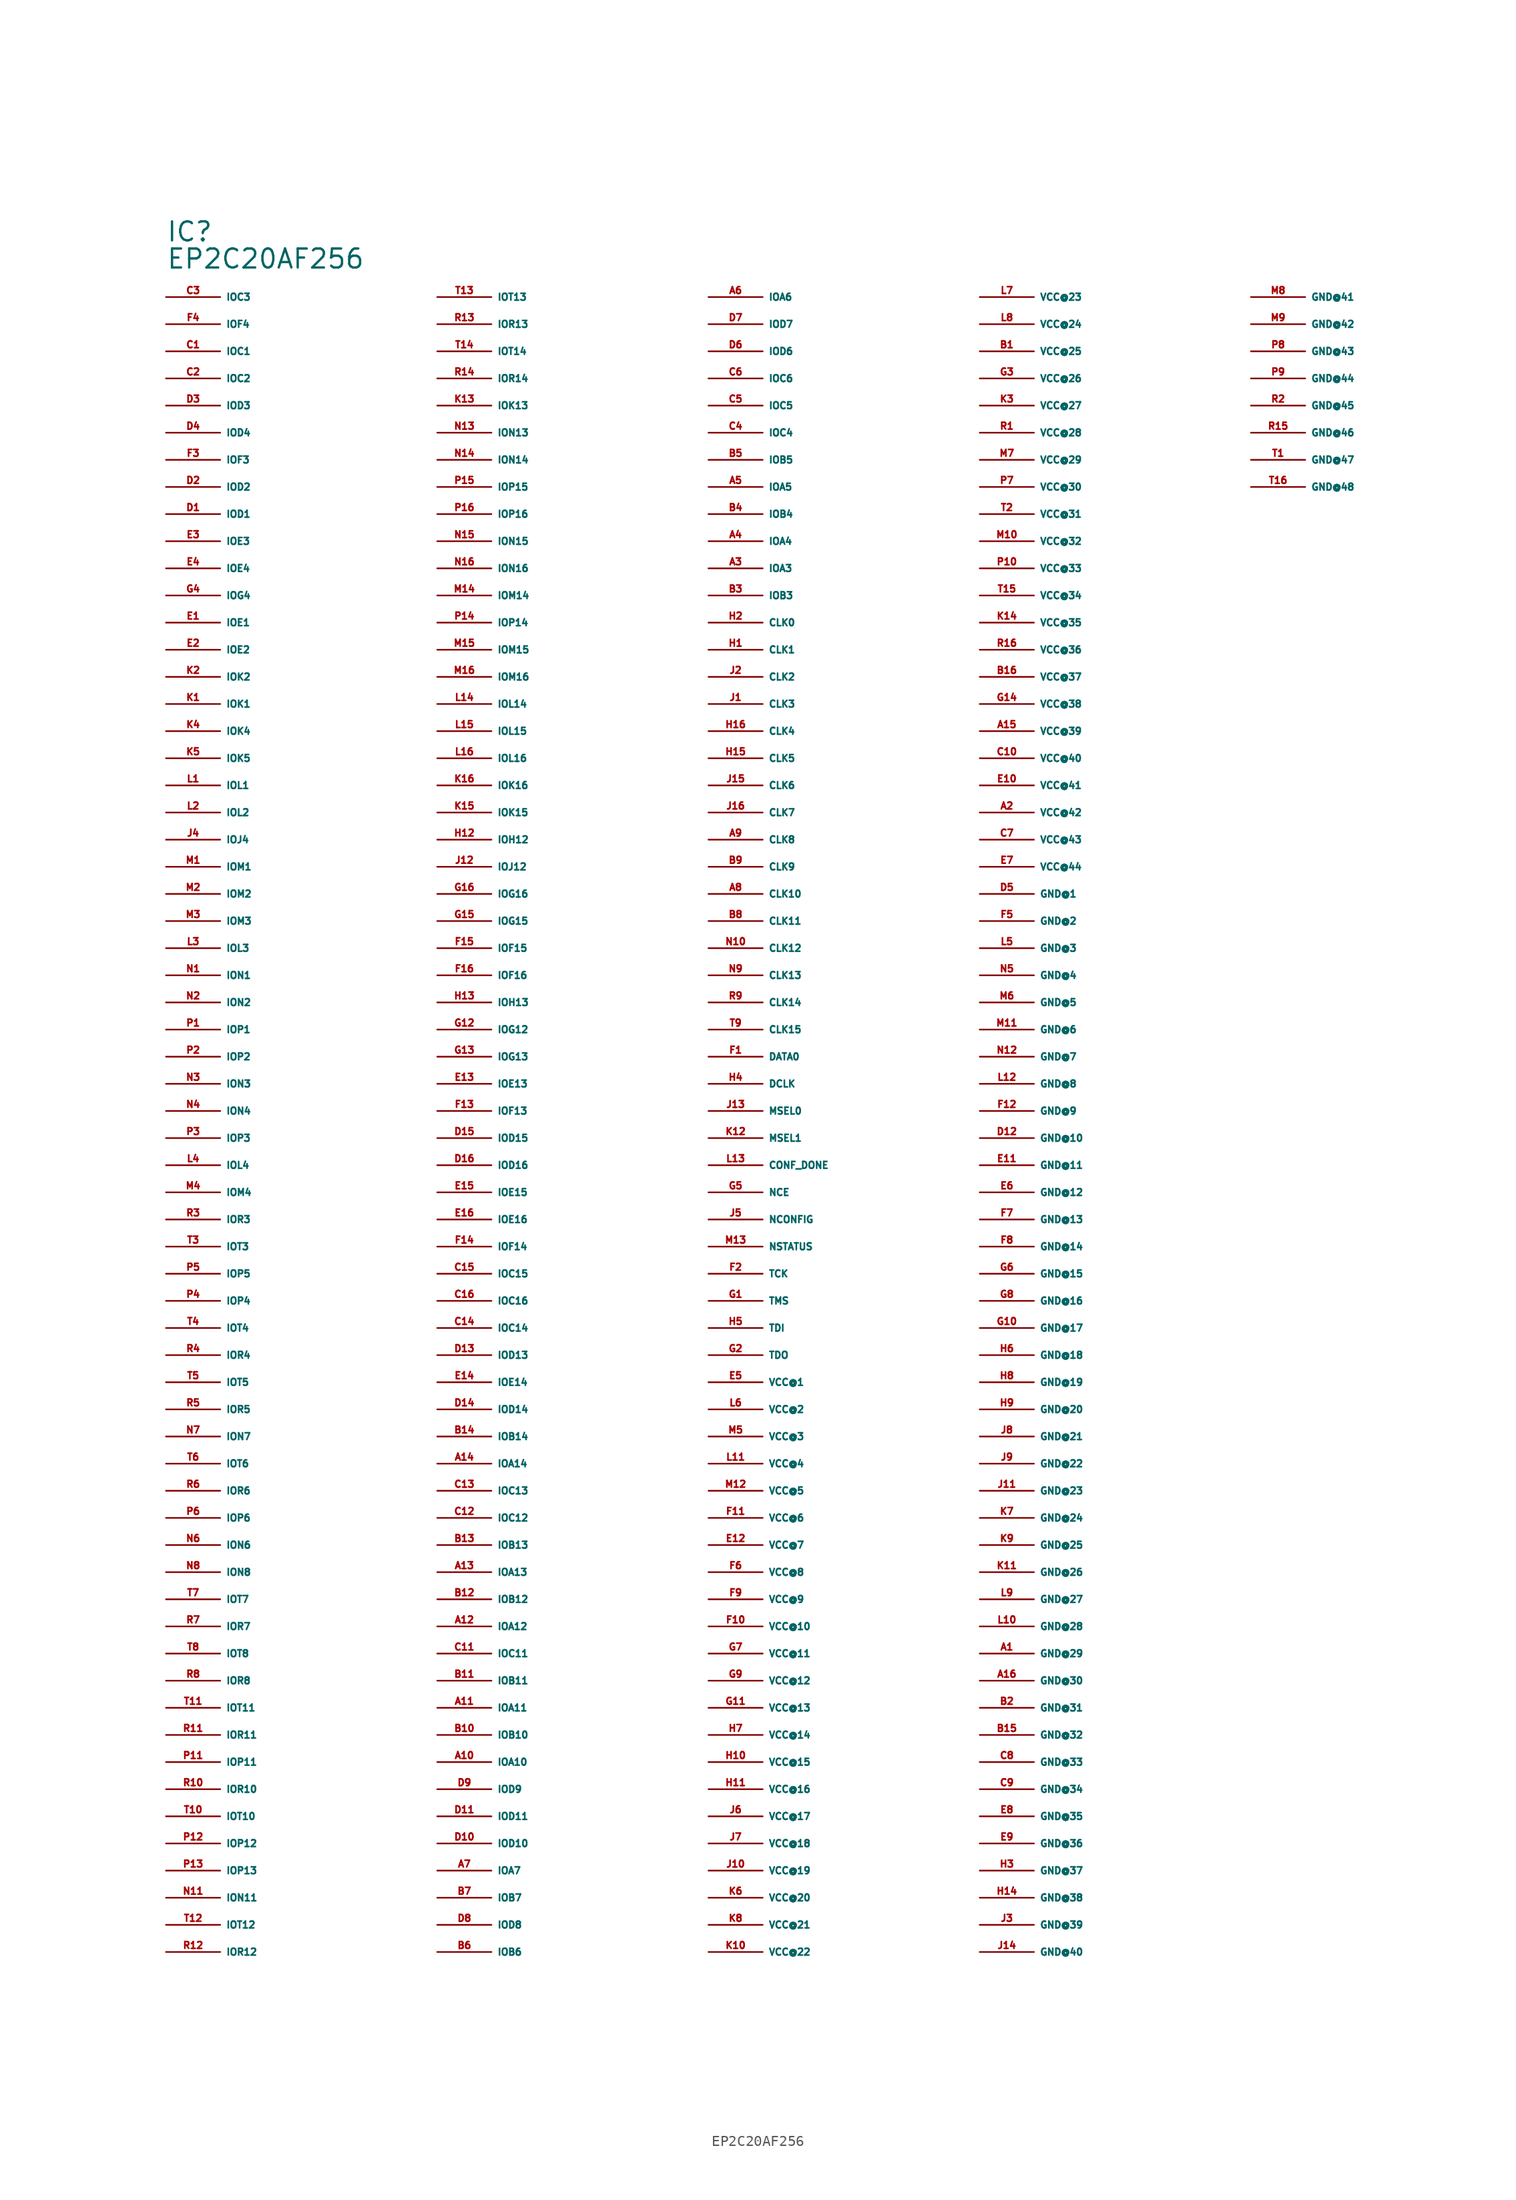
<source format=kicad_sym>
(kicad_symbol_lib
  (version 20220914)
  (generator Eagle2Kicad)
  (symbol "EP2C20AF256"
    (property "Reference" "IC"
      (at -55.88 86.36 0)
      (effects (font (size 1.778 1.778) (thickness 0.22)) (justify left bottom)))
    (property "Value" "EP2C20AF256"
      (at -55.88 83.82 0)
      (effects (font (size 1.778 1.778) (thickness 0.22)) (justify left bottom)))
    (pin output line
      (at -55.88 81.28 0)
      (length 5.08)
      (name "IOC3" (effects (font (size 0.635 0.635) (thickness 0.08)) (justify left bottom)))
      (number "C3" (effects (font (size 0.635 0.635) (thickness 0.08)) (justify left bottom))))
    (pin output line
      (at -55.88 78.74 0)
      (length 5.08)
      (name "IOF4" (effects (font (size 0.635 0.635) (thickness 0.08)) (justify left bottom)))
      (number "F4" (effects (font (size 0.635 0.635) (thickness 0.08)) (justify left bottom))))
    (pin bidirectional line
      (at -55.88 76.2 0)
      (length 5.08)
      (name "IOC1" (effects (font (size 0.635 0.635) (thickness 0.08)) (justify left bottom)))
      (number "C1" (effects (font (size 0.635 0.635) (thickness 0.08)) (justify left bottom))))
    (pin bidirectional line
      (at -55.88 73.66 0)
      (length 5.08)
      (name "IOC2" (effects (font (size 0.635 0.635) (thickness 0.08)) (justify left bottom)))
      (number "C2" (effects (font (size 0.635 0.635) (thickness 0.08)) (justify left bottom))))
    (pin bidirectional line
      (at -55.88 71.12 0)
      (length 5.08)
      (name "IOD3" (effects (font (size 0.635 0.635) (thickness 0.08)) (justify left bottom)))
      (number "D3" (effects (font (size 0.635 0.635) (thickness 0.08)) (justify left bottom))))
    (pin bidirectional line
      (at -55.88 68.58 0)
      (length 5.08)
      (name "IOD4" (effects (font (size 0.635 0.635) (thickness 0.08)) (justify left bottom)))
      (number "D4" (effects (font (size 0.635 0.635) (thickness 0.08)) (justify left bottom))))
    (pin bidirectional line
      (at -55.88 66.04 0)
      (length 5.08)
      (name "IOF3" (effects (font (size 0.635 0.635) (thickness 0.08)) (justify left bottom)))
      (number "F3" (effects (font (size 0.635 0.635) (thickness 0.08)) (justify left bottom))))
    (pin bidirectional line
      (at -55.88 63.5 0)
      (length 5.08)
      (name "IOD2" (effects (font (size 0.635 0.635) (thickness 0.08)) (justify left bottom)))
      (number "D2" (effects (font (size 0.635 0.635) (thickness 0.08)) (justify left bottom))))
    (pin bidirectional line
      (at -55.88 60.96 0)
      (length 5.08)
      (name "IOD1" (effects (font (size 0.635 0.635) (thickness 0.08)) (justify left bottom)))
      (number "D1" (effects (font (size 0.635 0.635) (thickness 0.08)) (justify left bottom))))
    (pin bidirectional line
      (at -55.88 58.42 0)
      (length 5.08)
      (name "IOE3" (effects (font (size 0.635 0.635) (thickness 0.08)) (justify left bottom)))
      (number "E3" (effects (font (size 0.635 0.635) (thickness 0.08)) (justify left bottom))))
    (pin bidirectional line
      (at -55.88 55.88 0)
      (length 5.08)
      (name "IOE4" (effects (font (size 0.635 0.635) (thickness 0.08)) (justify left bottom)))
      (number "E4" (effects (font (size 0.635 0.635) (thickness 0.08)) (justify left bottom))))
    (pin bidirectional line
      (at -55.88 53.34 0)
      (length 5.08)
      (name "IOG4" (effects (font (size 0.635 0.635) (thickness 0.08)) (justify left bottom)))
      (number "G4" (effects (font (size 0.635 0.635) (thickness 0.08)) (justify left bottom))))
    (pin bidirectional line
      (at -55.88 50.8 0)
      (length 5.08)
      (name "IOE1" (effects (font (size 0.635 0.635) (thickness 0.08)) (justify left bottom)))
      (number "E1" (effects (font (size 0.635 0.635) (thickness 0.08)) (justify left bottom))))
    (pin bidirectional line
      (at -55.88 48.26 0)
      (length 5.08)
      (name "IOE2" (effects (font (size 0.635 0.635) (thickness 0.08)) (justify left bottom)))
      (number "E2" (effects (font (size 0.635 0.635) (thickness 0.08)) (justify left bottom))))
    (pin bidirectional line
      (at -55.88 45.72 0)
      (length 5.08)
      (name "IOK2" (effects (font (size 0.635 0.635) (thickness 0.08)) (justify left bottom)))
      (number "K2" (effects (font (size 0.635 0.635) (thickness 0.08)) (justify left bottom))))
    (pin bidirectional line
      (at -55.88 43.18 0)
      (length 5.08)
      (name "IOK1" (effects (font (size 0.635 0.635) (thickness 0.08)) (justify left bottom)))
      (number "K1" (effects (font (size 0.635 0.635) (thickness 0.08)) (justify left bottom))))
    (pin bidirectional line
      (at -55.88 40.64 0)
      (length 5.08)
      (name "IOK4" (effects (font (size 0.635 0.635) (thickness 0.08)) (justify left bottom)))
      (number "K4" (effects (font (size 0.635 0.635) (thickness 0.08)) (justify left bottom))))
    (pin bidirectional line
      (at -55.88 38.1 0)
      (length 5.08)
      (name "IOK5" (effects (font (size 0.635 0.635) (thickness 0.08)) (justify left bottom)))
      (number "K5" (effects (font (size 0.635 0.635) (thickness 0.08)) (justify left bottom))))
    (pin bidirectional line
      (at -55.88 35.56 0)
      (length 5.08)
      (name "IOL1" (effects (font (size 0.635 0.635) (thickness 0.08)) (justify left bottom)))
      (number "L1" (effects (font (size 0.635 0.635) (thickness 0.08)) (justify left bottom))))
    (pin bidirectional line
      (at -55.88 33.02 0)
      (length 5.08)
      (name "IOL2" (effects (font (size 0.635 0.635) (thickness 0.08)) (justify left bottom)))
      (number "L2" (effects (font (size 0.635 0.635) (thickness 0.08)) (justify left bottom))))
    (pin bidirectional line
      (at -55.88 30.48 0)
      (length 5.08)
      (name "IOJ4" (effects (font (size 0.635 0.635) (thickness 0.08)) (justify left bottom)))
      (number "J4" (effects (font (size 0.635 0.635) (thickness 0.08)) (justify left bottom))))
    (pin bidirectional line
      (at -55.88 27.94 0)
      (length 5.08)
      (name "IOM1" (effects (font (size 0.635 0.635) (thickness 0.08)) (justify left bottom)))
      (number "M1" (effects (font (size 0.635 0.635) (thickness 0.08)) (justify left bottom))))
    (pin bidirectional line
      (at -55.88 25.4 0)
      (length 5.08)
      (name "IOM2" (effects (font (size 0.635 0.635) (thickness 0.08)) (justify left bottom)))
      (number "M2" (effects (font (size 0.635 0.635) (thickness 0.08)) (justify left bottom))))
    (pin bidirectional line
      (at -55.88 22.86 0)
      (length 5.08)
      (name "IOM3" (effects (font (size 0.635 0.635) (thickness 0.08)) (justify left bottom)))
      (number "M3" (effects (font (size 0.635 0.635) (thickness 0.08)) (justify left bottom))))
    (pin bidirectional line
      (at -55.88 20.32 0)
      (length 5.08)
      (name "IOL3" (effects (font (size 0.635 0.635) (thickness 0.08)) (justify left bottom)))
      (number "L3" (effects (font (size 0.635 0.635) (thickness 0.08)) (justify left bottom))))
    (pin bidirectional line
      (at -55.88 17.78 0)
      (length 5.08)
      (name "ION1" (effects (font (size 0.635 0.635) (thickness 0.08)) (justify left bottom)))
      (number "N1" (effects (font (size 0.635 0.635) (thickness 0.08)) (justify left bottom))))
    (pin bidirectional line
      (at -55.88 15.24 0)
      (length 5.08)
      (name "ION2" (effects (font (size 0.635 0.635) (thickness 0.08)) (justify left bottom)))
      (number "N2" (effects (font (size 0.635 0.635) (thickness 0.08)) (justify left bottom))))
    (pin bidirectional line
      (at -55.88 12.7 0)
      (length 5.08)
      (name "IOP1" (effects (font (size 0.635 0.635) (thickness 0.08)) (justify left bottom)))
      (number "P1" (effects (font (size 0.635 0.635) (thickness 0.08)) (justify left bottom))))
    (pin bidirectional line
      (at -55.88 10.16 0)
      (length 5.08)
      (name "IOP2" (effects (font (size 0.635 0.635) (thickness 0.08)) (justify left bottom)))
      (number "P2" (effects (font (size 0.635 0.635) (thickness 0.08)) (justify left bottom))))
    (pin bidirectional line
      (at -55.88 7.62 0)
      (length 5.08)
      (name "ION3" (effects (font (size 0.635 0.635) (thickness 0.08)) (justify left bottom)))
      (number "N3" (effects (font (size 0.635 0.635) (thickness 0.08)) (justify left bottom))))
    (pin bidirectional line
      (at -55.88 5.08 0)
      (length 5.08)
      (name "ION4" (effects (font (size 0.635 0.635) (thickness 0.08)) (justify left bottom)))
      (number "N4" (effects (font (size 0.635 0.635) (thickness 0.08)) (justify left bottom))))
    (pin bidirectional line
      (at -55.88 2.54 0)
      (length 5.08)
      (name "IOP3" (effects (font (size 0.635 0.635) (thickness 0.08)) (justify left bottom)))
      (number "P3" (effects (font (size 0.635 0.635) (thickness 0.08)) (justify left bottom))))
    (pin bidirectional line
      (at -55.88 0 0)
      (length 5.08)
      (name "IOL4" (effects (font (size 0.635 0.635) (thickness 0.08)) (justify left bottom)))
      (number "L4" (effects (font (size 0.635 0.635) (thickness 0.08)) (justify left bottom))))
    (pin bidirectional line
      (at -55.88 -2.54 0)
      (length 5.08)
      (name "IOM4" (effects (font (size 0.635 0.635) (thickness 0.08)) (justify left bottom)))
      (number "M4" (effects (font (size 0.635 0.635) (thickness 0.08)) (justify left bottom))))
    (pin bidirectional line
      (at -55.88 -5.08 0)
      (length 5.08)
      (name "IOR3" (effects (font (size 0.635 0.635) (thickness 0.08)) (justify left bottom)))
      (number "R3" (effects (font (size 0.635 0.635) (thickness 0.08)) (justify left bottom))))
    (pin bidirectional line
      (at -55.88 -7.62 0)
      (length 5.08)
      (name "IOT3" (effects (font (size 0.635 0.635) (thickness 0.08)) (justify left bottom)))
      (number "T3" (effects (font (size 0.635 0.635) (thickness 0.08)) (justify left bottom))))
    (pin bidirectional line
      (at -55.88 -10.16 0)
      (length 5.08)
      (name "IOP5" (effects (font (size 0.635 0.635) (thickness 0.08)) (justify left bottom)))
      (number "P5" (effects (font (size 0.635 0.635) (thickness 0.08)) (justify left bottom))))
    (pin bidirectional line
      (at -55.88 -12.7 0)
      (length 5.08)
      (name "IOP4" (effects (font (size 0.635 0.635) (thickness 0.08)) (justify left bottom)))
      (number "P4" (effects (font (size 0.635 0.635) (thickness 0.08)) (justify left bottom))))
    (pin bidirectional line
      (at -55.88 -15.24 0)
      (length 5.08)
      (name "IOT4" (effects (font (size 0.635 0.635) (thickness 0.08)) (justify left bottom)))
      (number "T4" (effects (font (size 0.635 0.635) (thickness 0.08)) (justify left bottom))))
    (pin bidirectional line
      (at -55.88 -17.78 0)
      (length 5.08)
      (name "IOR4" (effects (font (size 0.635 0.635) (thickness 0.08)) (justify left bottom)))
      (number "R4" (effects (font (size 0.635 0.635) (thickness 0.08)) (justify left bottom))))
    (pin bidirectional line
      (at -55.88 -20.32 0)
      (length 5.08)
      (name "IOT5" (effects (font (size 0.635 0.635) (thickness 0.08)) (justify left bottom)))
      (number "T5" (effects (font (size 0.635 0.635) (thickness 0.08)) (justify left bottom))))
    (pin bidirectional line
      (at -55.88 -22.86 0)
      (length 5.08)
      (name "IOR5" (effects (font (size 0.635 0.635) (thickness 0.08)) (justify left bottom)))
      (number "R5" (effects (font (size 0.635 0.635) (thickness 0.08)) (justify left bottom))))
    (pin bidirectional line
      (at -55.88 -25.4 0)
      (length 5.08)
      (name "ION7" (effects (font (size 0.635 0.635) (thickness 0.08)) (justify left bottom)))
      (number "N7" (effects (font (size 0.635 0.635) (thickness 0.08)) (justify left bottom))))
    (pin bidirectional line
      (at -55.88 -27.94 0)
      (length 5.08)
      (name "IOT6" (effects (font (size 0.635 0.635) (thickness 0.08)) (justify left bottom)))
      (number "T6" (effects (font (size 0.635 0.635) (thickness 0.08)) (justify left bottom))))
    (pin bidirectional line
      (at -55.88 -30.48 0)
      (length 5.08)
      (name "IOR6" (effects (font (size 0.635 0.635) (thickness 0.08)) (justify left bottom)))
      (number "R6" (effects (font (size 0.635 0.635) (thickness 0.08)) (justify left bottom))))
    (pin bidirectional line
      (at -55.88 -33.02 0)
      (length 5.08)
      (name "IOP6" (effects (font (size 0.635 0.635) (thickness 0.08)) (justify left bottom)))
      (number "P6" (effects (font (size 0.635 0.635) (thickness 0.08)) (justify left bottom))))
    (pin bidirectional line
      (at -55.88 -35.56 0)
      (length 5.08)
      (name "ION6" (effects (font (size 0.635 0.635) (thickness 0.08)) (justify left bottom)))
      (number "N6" (effects (font (size 0.635 0.635) (thickness 0.08)) (justify left bottom))))
    (pin bidirectional line
      (at -55.88 -38.1 0)
      (length 5.08)
      (name "ION8" (effects (font (size 0.635 0.635) (thickness 0.08)) (justify left bottom)))
      (number "N8" (effects (font (size 0.635 0.635) (thickness 0.08)) (justify left bottom))))
    (pin bidirectional line
      (at -55.88 -40.64 0)
      (length 5.08)
      (name "IOT7" (effects (font (size 0.635 0.635) (thickness 0.08)) (justify left bottom)))
      (number "T7" (effects (font (size 0.635 0.635) (thickness 0.08)) (justify left bottom))))
    (pin bidirectional line
      (at -55.88 -43.18 0)
      (length 5.08)
      (name "IOR7" (effects (font (size 0.635 0.635) (thickness 0.08)) (justify left bottom)))
      (number "R7" (effects (font (size 0.635 0.635) (thickness 0.08)) (justify left bottom))))
    (pin bidirectional line
      (at -55.88 -45.72 0)
      (length 5.08)
      (name "IOT8" (effects (font (size 0.635 0.635) (thickness 0.08)) (justify left bottom)))
      (number "T8" (effects (font (size 0.635 0.635) (thickness 0.08)) (justify left bottom))))
    (pin bidirectional line
      (at -55.88 -48.26 0)
      (length 5.08)
      (name "IOR8" (effects (font (size 0.635 0.635) (thickness 0.08)) (justify left bottom)))
      (number "R8" (effects (font (size 0.635 0.635) (thickness 0.08)) (justify left bottom))))
    (pin bidirectional line
      (at -55.88 -50.8 0)
      (length 5.08)
      (name "IOT11" (effects (font (size 0.635 0.635) (thickness 0.08)) (justify left bottom)))
      (number "T11" (effects (font (size 0.635 0.635) (thickness 0.08)) (justify left bottom))))
    (pin bidirectional line
      (at -55.88 -53.34 0)
      (length 5.08)
      (name "IOR11" (effects (font (size 0.635 0.635) (thickness 0.08)) (justify left bottom)))
      (number "R11" (effects (font (size 0.635 0.635) (thickness 0.08)) (justify left bottom))))
    (pin bidirectional line
      (at -55.88 -55.88 0)
      (length 5.08)
      (name "IOP11" (effects (font (size 0.635 0.635) (thickness 0.08)) (justify left bottom)))
      (number "P11" (effects (font (size 0.635 0.635) (thickness 0.08)) (justify left bottom))))
    (pin bidirectional line
      (at -55.88 -58.42 0)
      (length 5.08)
      (name "IOR10" (effects (font (size 0.635 0.635) (thickness 0.08)) (justify left bottom)))
      (number "R10" (effects (font (size 0.635 0.635) (thickness 0.08)) (justify left bottom))))
    (pin bidirectional line
      (at -55.88 -60.96 0)
      (length 5.08)
      (name "IOT10" (effects (font (size 0.635 0.635) (thickness 0.08)) (justify left bottom)))
      (number "T10" (effects (font (size 0.635 0.635) (thickness 0.08)) (justify left bottom))))
    (pin bidirectional line
      (at -55.88 -63.5 0)
      (length 5.08)
      (name "IOP12" (effects (font (size 0.635 0.635) (thickness 0.08)) (justify left bottom)))
      (number "P12" (effects (font (size 0.635 0.635) (thickness 0.08)) (justify left bottom))))
    (pin bidirectional line
      (at -55.88 -66.04 0)
      (length 5.08)
      (name "IOP13" (effects (font (size 0.635 0.635) (thickness 0.08)) (justify left bottom)))
      (number "P13" (effects (font (size 0.635 0.635) (thickness 0.08)) (justify left bottom))))
    (pin bidirectional line
      (at -55.88 -68.58 0)
      (length 5.08)
      (name "ION11" (effects (font (size 0.635 0.635) (thickness 0.08)) (justify left bottom)))
      (number "N11" (effects (font (size 0.635 0.635) (thickness 0.08)) (justify left bottom))))
    (pin bidirectional line
      (at -55.88 -71.12 0)
      (length 5.08)
      (name "IOT12" (effects (font (size 0.635 0.635) (thickness 0.08)) (justify left bottom)))
      (number "T12" (effects (font (size 0.635 0.635) (thickness 0.08)) (justify left bottom))))
    (pin bidirectional line
      (at -55.88 -73.66 0)
      (length 5.08)
      (name "IOR12" (effects (font (size 0.635 0.635) (thickness 0.08)) (justify left bottom)))
      (number "R12" (effects (font (size 0.635 0.635) (thickness 0.08)) (justify left bottom))))
    (pin bidirectional line
      (at -30.48 81.28 0)
      (length 5.08)
      (name "IOT13" (effects (font (size 0.635 0.635) (thickness 0.08)) (justify left bottom)))
      (number "T13" (effects (font (size 0.635 0.635) (thickness 0.08)) (justify left bottom))))
    (pin bidirectional line
      (at -30.48 78.74 0)
      (length 5.08)
      (name "IOR13" (effects (font (size 0.635 0.635) (thickness 0.08)) (justify left bottom)))
      (number "R13" (effects (font (size 0.635 0.635) (thickness 0.08)) (justify left bottom))))
    (pin bidirectional line
      (at -30.48 76.2 0)
      (length 5.08)
      (name "IOT14" (effects (font (size 0.635 0.635) (thickness 0.08)) (justify left bottom)))
      (number "T14" (effects (font (size 0.635 0.635) (thickness 0.08)) (justify left bottom))))
    (pin bidirectional line
      (at -30.48 73.66 0)
      (length 5.08)
      (name "IOR14" (effects (font (size 0.635 0.635) (thickness 0.08)) (justify left bottom)))
      (number "R14" (effects (font (size 0.635 0.635) (thickness 0.08)) (justify left bottom))))
    (pin bidirectional line
      (at -30.48 71.12 0)
      (length 5.08)
      (name "IOK13" (effects (font (size 0.635 0.635) (thickness 0.08)) (justify left bottom)))
      (number "K13" (effects (font (size 0.635 0.635) (thickness 0.08)) (justify left bottom))))
    (pin bidirectional line
      (at -30.48 68.58 0)
      (length 5.08)
      (name "ION13" (effects (font (size 0.635 0.635) (thickness 0.08)) (justify left bottom)))
      (number "N13" (effects (font (size 0.635 0.635) (thickness 0.08)) (justify left bottom))))
    (pin bidirectional line
      (at -30.48 66.04 0)
      (length 5.08)
      (name "ION14" (effects (font (size 0.635 0.635) (thickness 0.08)) (justify left bottom)))
      (number "N14" (effects (font (size 0.635 0.635) (thickness 0.08)) (justify left bottom))))
    (pin bidirectional line
      (at -30.48 63.5 0)
      (length 5.08)
      (name "IOP15" (effects (font (size 0.635 0.635) (thickness 0.08)) (justify left bottom)))
      (number "P15" (effects (font (size 0.635 0.635) (thickness 0.08)) (justify left bottom))))
    (pin bidirectional line
      (at -30.48 60.96 0)
      (length 5.08)
      (name "IOP16" (effects (font (size 0.635 0.635) (thickness 0.08)) (justify left bottom)))
      (number "P16" (effects (font (size 0.635 0.635) (thickness 0.08)) (justify left bottom))))
    (pin bidirectional line
      (at -30.48 58.42 0)
      (length 5.08)
      (name "ION15" (effects (font (size 0.635 0.635) (thickness 0.08)) (justify left bottom)))
      (number "N15" (effects (font (size 0.635 0.635) (thickness 0.08)) (justify left bottom))))
    (pin bidirectional line
      (at -30.48 55.88 0)
      (length 5.08)
      (name "ION16" (effects (font (size 0.635 0.635) (thickness 0.08)) (justify left bottom)))
      (number "N16" (effects (font (size 0.635 0.635) (thickness 0.08)) (justify left bottom))))
    (pin bidirectional line
      (at -30.48 53.34 0)
      (length 5.08)
      (name "IOM14" (effects (font (size 0.635 0.635) (thickness 0.08)) (justify left bottom)))
      (number "M14" (effects (font (size 0.635 0.635) (thickness 0.08)) (justify left bottom))))
    (pin bidirectional line
      (at -30.48 50.8 0)
      (length 5.08)
      (name "IOP14" (effects (font (size 0.635 0.635) (thickness 0.08)) (justify left bottom)))
      (number "P14" (effects (font (size 0.635 0.635) (thickness 0.08)) (justify left bottom))))
    (pin bidirectional line
      (at -30.48 48.26 0)
      (length 5.08)
      (name "IOM15" (effects (font (size 0.635 0.635) (thickness 0.08)) (justify left bottom)))
      (number "M15" (effects (font (size 0.635 0.635) (thickness 0.08)) (justify left bottom))))
    (pin bidirectional line
      (at -30.48 45.72 0)
      (length 5.08)
      (name "IOM16" (effects (font (size 0.635 0.635) (thickness 0.08)) (justify left bottom)))
      (number "M16" (effects (font (size 0.635 0.635) (thickness 0.08)) (justify left bottom))))
    (pin bidirectional line
      (at -30.48 43.18 0)
      (length 5.08)
      (name "IOL14" (effects (font (size 0.635 0.635) (thickness 0.08)) (justify left bottom)))
      (number "L14" (effects (font (size 0.635 0.635) (thickness 0.08)) (justify left bottom))))
    (pin bidirectional line
      (at -30.48 40.64 0)
      (length 5.08)
      (name "IOL15" (effects (font (size 0.635 0.635) (thickness 0.08)) (justify left bottom)))
      (number "L15" (effects (font (size 0.635 0.635) (thickness 0.08)) (justify left bottom))))
    (pin bidirectional line
      (at -30.48 38.1 0)
      (length 5.08)
      (name "IOL16" (effects (font (size 0.635 0.635) (thickness 0.08)) (justify left bottom)))
      (number "L16" (effects (font (size 0.635 0.635) (thickness 0.08)) (justify left bottom))))
    (pin bidirectional line
      (at -30.48 35.56 0)
      (length 5.08)
      (name "IOK16" (effects (font (size 0.635 0.635) (thickness 0.08)) (justify left bottom)))
      (number "K16" (effects (font (size 0.635 0.635) (thickness 0.08)) (justify left bottom))))
    (pin bidirectional line
      (at -30.48 33.02 0)
      (length 5.08)
      (name "IOK15" (effects (font (size 0.635 0.635) (thickness 0.08)) (justify left bottom)))
      (number "K15" (effects (font (size 0.635 0.635) (thickness 0.08)) (justify left bottom))))
    (pin bidirectional line
      (at -30.48 30.48 0)
      (length 5.08)
      (name "IOH12" (effects (font (size 0.635 0.635) (thickness 0.08)) (justify left bottom)))
      (number "H12" (effects (font (size 0.635 0.635) (thickness 0.08)) (justify left bottom))))
    (pin bidirectional line
      (at -30.48 27.94 0)
      (length 5.08)
      (name "IOJ12" (effects (font (size 0.635 0.635) (thickness 0.08)) (justify left bottom)))
      (number "J12" (effects (font (size 0.635 0.635) (thickness 0.08)) (justify left bottom))))
    (pin bidirectional line
      (at -30.48 25.4 0)
      (length 5.08)
      (name "IOG16" (effects (font (size 0.635 0.635) (thickness 0.08)) (justify left bottom)))
      (number "G16" (effects (font (size 0.635 0.635) (thickness 0.08)) (justify left bottom))))
    (pin bidirectional line
      (at -30.48 22.86 0)
      (length 5.08)
      (name "IOG15" (effects (font (size 0.635 0.635) (thickness 0.08)) (justify left bottom)))
      (number "G15" (effects (font (size 0.635 0.635) (thickness 0.08)) (justify left bottom))))
    (pin bidirectional line
      (at -30.48 20.32 0)
      (length 5.08)
      (name "IOF15" (effects (font (size 0.635 0.635) (thickness 0.08)) (justify left bottom)))
      (number "F15" (effects (font (size 0.635 0.635) (thickness 0.08)) (justify left bottom))))
    (pin bidirectional line
      (at -30.48 17.78 0)
      (length 5.08)
      (name "IOF16" (effects (font (size 0.635 0.635) (thickness 0.08)) (justify left bottom)))
      (number "F16" (effects (font (size 0.635 0.635) (thickness 0.08)) (justify left bottom))))
    (pin bidirectional line
      (at -30.48 15.24 0)
      (length 5.08)
      (name "IOH13" (effects (font (size 0.635 0.635) (thickness 0.08)) (justify left bottom)))
      (number "H13" (effects (font (size 0.635 0.635) (thickness 0.08)) (justify left bottom))))
    (pin bidirectional line
      (at -30.48 12.7 0)
      (length 5.08)
      (name "IOG12" (effects (font (size 0.635 0.635) (thickness 0.08)) (justify left bottom)))
      (number "G12" (effects (font (size 0.635 0.635) (thickness 0.08)) (justify left bottom))))
    (pin bidirectional line
      (at -30.48 10.16 0)
      (length 5.08)
      (name "IOG13" (effects (font (size 0.635 0.635) (thickness 0.08)) (justify left bottom)))
      (number "G13" (effects (font (size 0.635 0.635) (thickness 0.08)) (justify left bottom))))
    (pin bidirectional line
      (at -30.48 7.62 0)
      (length 5.08)
      (name "IOE13" (effects (font (size 0.635 0.635) (thickness 0.08)) (justify left bottom)))
      (number "E13" (effects (font (size 0.635 0.635) (thickness 0.08)) (justify left bottom))))
    (pin bidirectional line
      (at -30.48 5.08 0)
      (length 5.08)
      (name "IOF13" (effects (font (size 0.635 0.635) (thickness 0.08)) (justify left bottom)))
      (number "F13" (effects (font (size 0.635 0.635) (thickness 0.08)) (justify left bottom))))
    (pin bidirectional line
      (at -30.48 2.54 0)
      (length 5.08)
      (name "IOD15" (effects (font (size 0.635 0.635) (thickness 0.08)) (justify left bottom)))
      (number "D15" (effects (font (size 0.635 0.635) (thickness 0.08)) (justify left bottom))))
    (pin bidirectional line
      (at -30.48 0 0)
      (length 5.08)
      (name "IOD16" (effects (font (size 0.635 0.635) (thickness 0.08)) (justify left bottom)))
      (number "D16" (effects (font (size 0.635 0.635) (thickness 0.08)) (justify left bottom))))
    (pin bidirectional line
      (at -30.48 -2.54 0)
      (length 5.08)
      (name "IOE15" (effects (font (size 0.635 0.635) (thickness 0.08)) (justify left bottom)))
      (number "E15" (effects (font (size 0.635 0.635) (thickness 0.08)) (justify left bottom))))
    (pin bidirectional line
      (at -30.48 -5.08 0)
      (length 5.08)
      (name "IOE16" (effects (font (size 0.635 0.635) (thickness 0.08)) (justify left bottom)))
      (number "E16" (effects (font (size 0.635 0.635) (thickness 0.08)) (justify left bottom))))
    (pin bidirectional line
      (at -30.48 -7.62 0)
      (length 5.08)
      (name "IOF14" (effects (font (size 0.635 0.635) (thickness 0.08)) (justify left bottom)))
      (number "F14" (effects (font (size 0.635 0.635) (thickness 0.08)) (justify left bottom))))
    (pin bidirectional line
      (at -30.48 -10.16 0)
      (length 5.08)
      (name "IOC15" (effects (font (size 0.635 0.635) (thickness 0.08)) (justify left bottom)))
      (number "C15" (effects (font (size 0.635 0.635) (thickness 0.08)) (justify left bottom))))
    (pin bidirectional line
      (at -30.48 -12.7 0)
      (length 5.08)
      (name "IOC16" (effects (font (size 0.635 0.635) (thickness 0.08)) (justify left bottom)))
      (number "C16" (effects (font (size 0.635 0.635) (thickness 0.08)) (justify left bottom))))
    (pin bidirectional line
      (at -30.48 -15.24 0)
      (length 5.08)
      (name "IOC14" (effects (font (size 0.635 0.635) (thickness 0.08)) (justify left bottom)))
      (number "C14" (effects (font (size 0.635 0.635) (thickness 0.08)) (justify left bottom))))
    (pin bidirectional line
      (at -30.48 -17.78 0)
      (length 5.08)
      (name "IOD13" (effects (font (size 0.635 0.635) (thickness 0.08)) (justify left bottom)))
      (number "D13" (effects (font (size 0.635 0.635) (thickness 0.08)) (justify left bottom))))
    (pin bidirectional line
      (at -30.48 -20.32 0)
      (length 5.08)
      (name "IOE14" (effects (font (size 0.635 0.635) (thickness 0.08)) (justify left bottom)))
      (number "E14" (effects (font (size 0.635 0.635) (thickness 0.08)) (justify left bottom))))
    (pin bidirectional line
      (at -30.48 -22.86 0)
      (length 5.08)
      (name "IOD14" (effects (font (size 0.635 0.635) (thickness 0.08)) (justify left bottom)))
      (number "D14" (effects (font (size 0.635 0.635) (thickness 0.08)) (justify left bottom))))
    (pin bidirectional line
      (at -30.48 -25.4 0)
      (length 5.08)
      (name "IOB14" (effects (font (size 0.635 0.635) (thickness 0.08)) (justify left bottom)))
      (number "B14" (effects (font (size 0.635 0.635) (thickness 0.08)) (justify left bottom))))
    (pin bidirectional line
      (at -30.48 -27.94 0)
      (length 5.08)
      (name "IOA14" (effects (font (size 0.635 0.635) (thickness 0.08)) (justify left bottom)))
      (number "A14" (effects (font (size 0.635 0.635) (thickness 0.08)) (justify left bottom))))
    (pin bidirectional line
      (at -30.48 -30.48 0)
      (length 5.08)
      (name "IOC13" (effects (font (size 0.635 0.635) (thickness 0.08)) (justify left bottom)))
      (number "C13" (effects (font (size 0.635 0.635) (thickness 0.08)) (justify left bottom))))
    (pin bidirectional line
      (at -30.48 -33.02 0)
      (length 5.08)
      (name "IOC12" (effects (font (size 0.635 0.635) (thickness 0.08)) (justify left bottom)))
      (number "C12" (effects (font (size 0.635 0.635) (thickness 0.08)) (justify left bottom))))
    (pin bidirectional line
      (at -30.48 -35.56 0)
      (length 5.08)
      (name "IOB13" (effects (font (size 0.635 0.635) (thickness 0.08)) (justify left bottom)))
      (number "B13" (effects (font (size 0.635 0.635) (thickness 0.08)) (justify left bottom))))
    (pin bidirectional line
      (at -30.48 -38.1 0)
      (length 5.08)
      (name "IOA13" (effects (font (size 0.635 0.635) (thickness 0.08)) (justify left bottom)))
      (number "A13" (effects (font (size 0.635 0.635) (thickness 0.08)) (justify left bottom))))
    (pin bidirectional line
      (at -30.48 -40.64 0)
      (length 5.08)
      (name "IOB12" (effects (font (size 0.635 0.635) (thickness 0.08)) (justify left bottom)))
      (number "B12" (effects (font (size 0.635 0.635) (thickness 0.08)) (justify left bottom))))
    (pin bidirectional line
      (at -30.48 -43.18 0)
      (length 5.08)
      (name "IOA12" (effects (font (size 0.635 0.635) (thickness 0.08)) (justify left bottom)))
      (number "A12" (effects (font (size 0.635 0.635) (thickness 0.08)) (justify left bottom))))
    (pin bidirectional line
      (at -30.48 -45.72 0)
      (length 5.08)
      (name "IOC11" (effects (font (size 0.635 0.635) (thickness 0.08)) (justify left bottom)))
      (number "C11" (effects (font (size 0.635 0.635) (thickness 0.08)) (justify left bottom))))
    (pin bidirectional line
      (at -30.48 -48.26 0)
      (length 5.08)
      (name "IOB11" (effects (font (size 0.635 0.635) (thickness 0.08)) (justify left bottom)))
      (number "B11" (effects (font (size 0.635 0.635) (thickness 0.08)) (justify left bottom))))
    (pin bidirectional line
      (at -30.48 -50.8 0)
      (length 5.08)
      (name "IOA11" (effects (font (size 0.635 0.635) (thickness 0.08)) (justify left bottom)))
      (number "A11" (effects (font (size 0.635 0.635) (thickness 0.08)) (justify left bottom))))
    (pin bidirectional line
      (at -30.48 -53.34 0)
      (length 5.08)
      (name "IOB10" (effects (font (size 0.635 0.635) (thickness 0.08)) (justify left bottom)))
      (number "B10" (effects (font (size 0.635 0.635) (thickness 0.08)) (justify left bottom))))
    (pin bidirectional line
      (at -30.48 -55.88 0)
      (length 5.08)
      (name "IOA10" (effects (font (size 0.635 0.635) (thickness 0.08)) (justify left bottom)))
      (number "A10" (effects (font (size 0.635 0.635) (thickness 0.08)) (justify left bottom))))
    (pin bidirectional line
      (at -30.48 -58.42 0)
      (length 5.08)
      (name "IOD9" (effects (font (size 0.635 0.635) (thickness 0.08)) (justify left bottom)))
      (number "D9" (effects (font (size 0.635 0.635) (thickness 0.08)) (justify left bottom))))
    (pin bidirectional line
      (at -30.48 -60.96 0)
      (length 5.08)
      (name "IOD11" (effects (font (size 0.635 0.635) (thickness 0.08)) (justify left bottom)))
      (number "D11" (effects (font (size 0.635 0.635) (thickness 0.08)) (justify left bottom))))
    (pin bidirectional line
      (at -30.48 -63.5 0)
      (length 5.08)
      (name "IOD10" (effects (font (size 0.635 0.635) (thickness 0.08)) (justify left bottom)))
      (number "D10" (effects (font (size 0.635 0.635) (thickness 0.08)) (justify left bottom))))
    (pin bidirectional line
      (at -30.48 -66.04 0)
      (length 5.08)
      (name "IOA7" (effects (font (size 0.635 0.635) (thickness 0.08)) (justify left bottom)))
      (number "A7" (effects (font (size 0.635 0.635) (thickness 0.08)) (justify left bottom))))
    (pin bidirectional line
      (at -30.48 -68.58 0)
      (length 5.08)
      (name "IOB7" (effects (font (size 0.635 0.635) (thickness 0.08)) (justify left bottom)))
      (number "B7" (effects (font (size 0.635 0.635) (thickness 0.08)) (justify left bottom))))
    (pin bidirectional line
      (at -30.48 -71.12 0)
      (length 5.08)
      (name "IOD8" (effects (font (size 0.635 0.635) (thickness 0.08)) (justify left bottom)))
      (number "D8" (effects (font (size 0.635 0.635) (thickness 0.08)) (justify left bottom))))
    (pin bidirectional line
      (at -30.48 -73.66 0)
      (length 5.08)
      (name "IOB6" (effects (font (size 0.635 0.635) (thickness 0.08)) (justify left bottom)))
      (number "B6" (effects (font (size 0.635 0.635) (thickness 0.08)) (justify left bottom))))
    (pin bidirectional line
      (at -5.08 81.28 0)
      (length 5.08)
      (name "IOA6" (effects (font (size 0.635 0.635) (thickness 0.08)) (justify left bottom)))
      (number "A6" (effects (font (size 0.635 0.635) (thickness 0.08)) (justify left bottom))))
    (pin bidirectional line
      (at -5.08 78.74 0)
      (length 5.08)
      (name "IOD7" (effects (font (size 0.635 0.635) (thickness 0.08)) (justify left bottom)))
      (number "D7" (effects (font (size 0.635 0.635) (thickness 0.08)) (justify left bottom))))
    (pin bidirectional line
      (at -5.08 76.2 0)
      (length 5.08)
      (name "IOD6" (effects (font (size 0.635 0.635) (thickness 0.08)) (justify left bottom)))
      (number "D6" (effects (font (size 0.635 0.635) (thickness 0.08)) (justify left bottom))))
    (pin bidirectional line
      (at -5.08 73.66 0)
      (length 5.08)
      (name "IOC6" (effects (font (size 0.635 0.635) (thickness 0.08)) (justify left bottom)))
      (number "C6" (effects (font (size 0.635 0.635) (thickness 0.08)) (justify left bottom))))
    (pin bidirectional line
      (at -5.08 71.12 0)
      (length 5.08)
      (name "IOC5" (effects (font (size 0.635 0.635) (thickness 0.08)) (justify left bottom)))
      (number "C5" (effects (font (size 0.635 0.635) (thickness 0.08)) (justify left bottom))))
    (pin bidirectional line
      (at -5.08 68.58 0)
      (length 5.08)
      (name "IOC4" (effects (font (size 0.635 0.635) (thickness 0.08)) (justify left bottom)))
      (number "C4" (effects (font (size 0.635 0.635) (thickness 0.08)) (justify left bottom))))
    (pin bidirectional line
      (at -5.08 66.04 0)
      (length 5.08)
      (name "IOB5" (effects (font (size 0.635 0.635) (thickness 0.08)) (justify left bottom)))
      (number "B5" (effects (font (size 0.635 0.635) (thickness 0.08)) (justify left bottom))))
    (pin bidirectional line
      (at -5.08 63.5 0)
      (length 5.08)
      (name "IOA5" (effects (font (size 0.635 0.635) (thickness 0.08)) (justify left bottom)))
      (number "A5" (effects (font (size 0.635 0.635) (thickness 0.08)) (justify left bottom))))
    (pin bidirectional line
      (at -5.08 60.96 0)
      (length 5.08)
      (name "IOB4" (effects (font (size 0.635 0.635) (thickness 0.08)) (justify left bottom)))
      (number "B4" (effects (font (size 0.635 0.635) (thickness 0.08)) (justify left bottom))))
    (pin bidirectional line
      (at -5.08 58.42 0)
      (length 5.08)
      (name "IOA4" (effects (font (size 0.635 0.635) (thickness 0.08)) (justify left bottom)))
      (number "A4" (effects (font (size 0.635 0.635) (thickness 0.08)) (justify left bottom))))
    (pin bidirectional line
      (at -5.08 55.88 0)
      (length 5.08)
      (name "IOA3" (effects (font (size 0.635 0.635) (thickness 0.08)) (justify left bottom)))
      (number "A3" (effects (font (size 0.635 0.635) (thickness 0.08)) (justify left bottom))))
    (pin bidirectional line
      (at -5.08 53.34 0)
      (length 5.08)
      (name "IOB3" (effects (font (size 0.635 0.635) (thickness 0.08)) (justify left bottom)))
      (number "B3" (effects (font (size 0.635 0.635) (thickness 0.08)) (justify left bottom))))
    (pin bidirectional line
      (at -5.08 50.8 0)
      (length 5.08)
      (name "CLK0" (effects (font (size 0.635 0.635) (thickness 0.08)) (justify left bottom)))
      (number "H2" (effects (font (size 0.635 0.635) (thickness 0.08)) (justify left bottom))))
    (pin bidirectional line
      (at -5.08 48.26 0)
      (length 5.08)
      (name "CLK1" (effects (font (size 0.635 0.635) (thickness 0.08)) (justify left bottom)))
      (number "H1" (effects (font (size 0.635 0.635) (thickness 0.08)) (justify left bottom))))
    (pin bidirectional line
      (at -5.08 45.72 0)
      (length 5.08)
      (name "CLK2" (effects (font (size 0.635 0.635) (thickness 0.08)) (justify left bottom)))
      (number "J2" (effects (font (size 0.635 0.635) (thickness 0.08)) (justify left bottom))))
    (pin bidirectional line
      (at -5.08 43.18 0)
      (length 5.08)
      (name "CLK3" (effects (font (size 0.635 0.635) (thickness 0.08)) (justify left bottom)))
      (number "J1" (effects (font (size 0.635 0.635) (thickness 0.08)) (justify left bottom))))
    (pin bidirectional line
      (at -5.08 40.64 0)
      (length 5.08)
      (name "CLK4" (effects (font (size 0.635 0.635) (thickness 0.08)) (justify left bottom)))
      (number "H16" (effects (font (size 0.635 0.635) (thickness 0.08)) (justify left bottom))))
    (pin bidirectional line
      (at -5.08 38.1 0)
      (length 5.08)
      (name "CLK5" (effects (font (size 0.635 0.635) (thickness 0.08)) (justify left bottom)))
      (number "H15" (effects (font (size 0.635 0.635) (thickness 0.08)) (justify left bottom))))
    (pin bidirectional line
      (at -5.08 35.56 0)
      (length 5.08)
      (name "CLK6" (effects (font (size 0.635 0.635) (thickness 0.08)) (justify left bottom)))
      (number "J15" (effects (font (size 0.635 0.635) (thickness 0.08)) (justify left bottom))))
    (pin bidirectional line
      (at -5.08 33.02 0)
      (length 5.08)
      (name "CLK7" (effects (font (size 0.635 0.635) (thickness 0.08)) (justify left bottom)))
      (number "J16" (effects (font (size 0.635 0.635) (thickness 0.08)) (justify left bottom))))
    (pin bidirectional line
      (at -5.08 30.48 0)
      (length 5.08)
      (name "CLK8" (effects (font (size 0.635 0.635) (thickness 0.08)) (justify left bottom)))
      (number "A9" (effects (font (size 0.635 0.635) (thickness 0.08)) (justify left bottom))))
    (pin bidirectional line
      (at -5.08 27.94 0)
      (length 5.08)
      (name "CLK9" (effects (font (size 0.635 0.635) (thickness 0.08)) (justify left bottom)))
      (number "B9" (effects (font (size 0.635 0.635) (thickness 0.08)) (justify left bottom))))
    (pin bidirectional line
      (at -5.08 25.4 0)
      (length 5.08)
      (name "CLK10" (effects (font (size 0.635 0.635) (thickness 0.08)) (justify left bottom)))
      (number "A8" (effects (font (size 0.635 0.635) (thickness 0.08)) (justify left bottom))))
    (pin bidirectional line
      (at -5.08 22.86 0)
      (length 5.08)
      (name "CLK11" (effects (font (size 0.635 0.635) (thickness 0.08)) (justify left bottom)))
      (number "B8" (effects (font (size 0.635 0.635) (thickness 0.08)) (justify left bottom))))
    (pin bidirectional line
      (at -5.08 20.32 0)
      (length 5.08)
      (name "CLK12" (effects (font (size 0.635 0.635) (thickness 0.08)) (justify left bottom)))
      (number "N10" (effects (font (size 0.635 0.635) (thickness 0.08)) (justify left bottom))))
    (pin bidirectional line
      (at -5.08 17.78 0)
      (length 5.08)
      (name "CLK13" (effects (font (size 0.635 0.635) (thickness 0.08)) (justify left bottom)))
      (number "N9" (effects (font (size 0.635 0.635) (thickness 0.08)) (justify left bottom))))
    (pin bidirectional line
      (at -5.08 15.24 0)
      (length 5.08)
      (name "CLK14" (effects (font (size 0.635 0.635) (thickness 0.08)) (justify left bottom)))
      (number "R9" (effects (font (size 0.635 0.635) (thickness 0.08)) (justify left bottom))))
    (pin bidirectional line
      (at -5.08 12.7 0)
      (length 5.08)
      (name "CLK15" (effects (font (size 0.635 0.635) (thickness 0.08)) (justify left bottom)))
      (number "T9" (effects (font (size 0.635 0.635) (thickness 0.08)) (justify left bottom))))
    (pin bidirectional line
      (at -5.08 10.16 0)
      (length 5.08)
      (name "DATA0" (effects (font (size 0.635 0.635) (thickness 0.08)) (justify left bottom)))
      (number "F1" (effects (font (size 0.635 0.635) (thickness 0.08)) (justify left bottom))))
    (pin bidirectional line
      (at -5.08 7.62 0)
      (length 5.08)
      (name "DCLK" (effects (font (size 0.635 0.635) (thickness 0.08)) (justify left bottom)))
      (number "H4" (effects (font (size 0.635 0.635) (thickness 0.08)) (justify left bottom))))
    (pin input line
      (at -5.08 5.08 0)
      (length 5.08)
      (name "MSEL0" (effects (font (size 0.635 0.635) (thickness 0.08)) (justify left bottom)))
      (number "J13" (effects (font (size 0.635 0.635) (thickness 0.08)) (justify left bottom))))
    (pin input line
      (at -5.08 2.54 0)
      (length 5.08)
      (name "MSEL1" (effects (font (size 0.635 0.635) (thickness 0.08)) (justify left bottom)))
      (number "K12" (effects (font (size 0.635 0.635) (thickness 0.08)) (justify left bottom))))
    (pin input line
      (at -5.08 0 0)
      (length 5.08)
      (name "CONF_DONE" (effects (font (size 0.635 0.635) (thickness 0.08)) (justify left bottom)))
      (number "L13" (effects (font (size 0.635 0.635) (thickness 0.08)) (justify left bottom))))
    (pin input line
      (at -5.08 -2.54 0)
      (length 5.08)
      (name "NCE" (effects (font (size 0.635 0.635) (thickness 0.08)) (justify left bottom)))
      (number "G5" (effects (font (size 0.635 0.635) (thickness 0.08)) (justify left bottom))))
    (pin input line
      (at -5.08 -5.08 0)
      (length 5.08)
      (name "NCONFIG" (effects (font (size 0.635 0.635) (thickness 0.08)) (justify left bottom)))
      (number "J5" (effects (font (size 0.635 0.635) (thickness 0.08)) (justify left bottom))))
    (pin input line
      (at -5.08 -7.62 0)
      (length 5.08)
      (name "NSTATUS" (effects (font (size 0.635 0.635) (thickness 0.08)) (justify left bottom)))
      (number "M13" (effects (font (size 0.635 0.635) (thickness 0.08)) (justify left bottom))))
    (pin input line
      (at -5.08 -10.16 0)
      (length 5.08)
      (name "TCK" (effects (font (size 0.635 0.635) (thickness 0.08)) (justify left bottom)))
      (number "F2" (effects (font (size 0.635 0.635) (thickness 0.08)) (justify left bottom))))
    (pin input line
      (at -5.08 -12.7 0)
      (length 5.08)
      (name "TMS" (effects (font (size 0.635 0.635) (thickness 0.08)) (justify left bottom)))
      (number "G1" (effects (font (size 0.635 0.635) (thickness 0.08)) (justify left bottom))))
    (pin input line
      (at -5.08 -15.24 0)
      (length 5.08)
      (name "TDI" (effects (font (size 0.635 0.635) (thickness 0.08)) (justify left bottom)))
      (number "H5" (effects (font (size 0.635 0.635) (thickness 0.08)) (justify left bottom))))
    (pin output line
      (at -5.08 -17.78 0)
      (length 5.08)
      (name "TDO" (effects (font (size 0.635 0.635) (thickness 0.08)) (justify left bottom)))
      (number "G2" (effects (font (size 0.635 0.635) (thickness 0.08)) (justify left bottom))))
    (pin unspecified line
      (at -5.08 -20.32 0)
      (length 5.08)
      (name "VCC@1" (effects (font (size 0.635 0.635) (thickness 0.08)) (justify left bottom)))
      (number "E5" (effects (font (size 0.635 0.635) (thickness 0.08)) (justify left bottom))))
    (pin unspecified line
      (at -5.08 -22.86 0)
      (length 5.08)
      (name "VCC@2" (effects (font (size 0.635 0.635) (thickness 0.08)) (justify left bottom)))
      (number "L6" (effects (font (size 0.635 0.635) (thickness 0.08)) (justify left bottom))))
    (pin unspecified line
      (at -5.08 -25.4 0)
      (length 5.08)
      (name "VCC@3" (effects (font (size 0.635 0.635) (thickness 0.08)) (justify left bottom)))
      (number "M5" (effects (font (size 0.635 0.635) (thickness 0.08)) (justify left bottom))))
    (pin unspecified line
      (at -5.08 -27.94 0)
      (length 5.08)
      (name "VCC@4" (effects (font (size 0.635 0.635) (thickness 0.08)) (justify left bottom)))
      (number "L11" (effects (font (size 0.635 0.635) (thickness 0.08)) (justify left bottom))))
    (pin unspecified line
      (at -5.08 -30.48 0)
      (length 5.08)
      (name "VCC@5" (effects (font (size 0.635 0.635) (thickness 0.08)) (justify left bottom)))
      (number "M12" (effects (font (size 0.635 0.635) (thickness 0.08)) (justify left bottom))))
    (pin unspecified line
      (at -5.08 -33.02 0)
      (length 5.08)
      (name "VCC@6" (effects (font (size 0.635 0.635) (thickness 0.08)) (justify left bottom)))
      (number "F11" (effects (font (size 0.635 0.635) (thickness 0.08)) (justify left bottom))))
    (pin unspecified line
      (at -5.08 -35.56 0)
      (length 5.08)
      (name "VCC@7" (effects (font (size 0.635 0.635) (thickness 0.08)) (justify left bottom)))
      (number "E12" (effects (font (size 0.635 0.635) (thickness 0.08)) (justify left bottom))))
    (pin unspecified line
      (at -5.08 -38.1 0)
      (length 5.08)
      (name "VCC@8" (effects (font (size 0.635 0.635) (thickness 0.08)) (justify left bottom)))
      (number "F6" (effects (font (size 0.635 0.635) (thickness 0.08)) (justify left bottom))))
    (pin unspecified line
      (at -5.08 -40.64 0)
      (length 5.08)
      (name "VCC@9" (effects (font (size 0.635 0.635) (thickness 0.08)) (justify left bottom)))
      (number "F9" (effects (font (size 0.635 0.635) (thickness 0.08)) (justify left bottom))))
    (pin unspecified line
      (at -5.08 -43.18 0)
      (length 5.08)
      (name "VCC@10" (effects (font (size 0.635 0.635) (thickness 0.08)) (justify left bottom)))
      (number "F10" (effects (font (size 0.635 0.635) (thickness 0.08)) (justify left bottom))))
    (pin unspecified line
      (at -5.08 -45.72 0)
      (length 5.08)
      (name "VCC@11" (effects (font (size 0.635 0.635) (thickness 0.08)) (justify left bottom)))
      (number "G7" (effects (font (size 0.635 0.635) (thickness 0.08)) (justify left bottom))))
    (pin unspecified line
      (at -5.08 -48.26 0)
      (length 5.08)
      (name "VCC@12" (effects (font (size 0.635 0.635) (thickness 0.08)) (justify left bottom)))
      (number "G9" (effects (font (size 0.635 0.635) (thickness 0.08)) (justify left bottom))))
    (pin unspecified line
      (at -5.08 -50.8 0)
      (length 5.08)
      (name "VCC@13" (effects (font (size 0.635 0.635) (thickness 0.08)) (justify left bottom)))
      (number "G11" (effects (font (size 0.635 0.635) (thickness 0.08)) (justify left bottom))))
    (pin unspecified line
      (at -5.08 -53.34 0)
      (length 5.08)
      (name "VCC@14" (effects (font (size 0.635 0.635) (thickness 0.08)) (justify left bottom)))
      (number "H7" (effects (font (size 0.635 0.635) (thickness 0.08)) (justify left bottom))))
    (pin unspecified line
      (at -5.08 -55.88 0)
      (length 5.08)
      (name "VCC@15" (effects (font (size 0.635 0.635) (thickness 0.08)) (justify left bottom)))
      (number "H10" (effects (font (size 0.635 0.635) (thickness 0.08)) (justify left bottom))))
    (pin unspecified line
      (at -5.08 -58.42 0)
      (length 5.08)
      (name "VCC@16" (effects (font (size 0.635 0.635) (thickness 0.08)) (justify left bottom)))
      (number "H11" (effects (font (size 0.635 0.635) (thickness 0.08)) (justify left bottom))))
    (pin unspecified line
      (at -5.08 -60.96 0)
      (length 5.08)
      (name "VCC@17" (effects (font (size 0.635 0.635) (thickness 0.08)) (justify left bottom)))
      (number "J6" (effects (font (size 0.635 0.635) (thickness 0.08)) (justify left bottom))))
    (pin unspecified line
      (at -5.08 -63.5 0)
      (length 5.08)
      (name "VCC@18" (effects (font (size 0.635 0.635) (thickness 0.08)) (justify left bottom)))
      (number "J7" (effects (font (size 0.635 0.635) (thickness 0.08)) (justify left bottom))))
    (pin unspecified line
      (at -5.08 -66.04 0)
      (length 5.08)
      (name "VCC@19" (effects (font (size 0.635 0.635) (thickness 0.08)) (justify left bottom)))
      (number "J10" (effects (font (size 0.635 0.635) (thickness 0.08)) (justify left bottom))))
    (pin unspecified line
      (at -5.08 -68.58 0)
      (length 5.08)
      (name "VCC@20" (effects (font (size 0.635 0.635) (thickness 0.08)) (justify left bottom)))
      (number "K6" (effects (font (size 0.635 0.635) (thickness 0.08)) (justify left bottom))))
    (pin unspecified line
      (at -5.08 -71.12 0)
      (length 5.08)
      (name "VCC@21" (effects (font (size 0.635 0.635) (thickness 0.08)) (justify left bottom)))
      (number "K8" (effects (font (size 0.635 0.635) (thickness 0.08)) (justify left bottom))))
    (pin unspecified line
      (at -5.08 -73.66 0)
      (length 5.08)
      (name "VCC@22" (effects (font (size 0.635 0.635) (thickness 0.08)) (justify left bottom)))
      (number "K10" (effects (font (size 0.635 0.635) (thickness 0.08)) (justify left bottom))))
    (pin unspecified line
      (at 20.32 81.28 0)
      (length 5.08)
      (name "VCC@23" (effects (font (size 0.635 0.635) (thickness 0.08)) (justify left bottom)))
      (number "L7" (effects (font (size 0.635 0.635) (thickness 0.08)) (justify left bottom))))
    (pin unspecified line
      (at 20.32 78.74 0)
      (length 5.08)
      (name "VCC@24" (effects (font (size 0.635 0.635) (thickness 0.08)) (justify left bottom)))
      (number "L8" (effects (font (size 0.635 0.635) (thickness 0.08)) (justify left bottom))))
    (pin unspecified line
      (at 20.32 76.2 0)
      (length 5.08)
      (name "VCC@25" (effects (font (size 0.635 0.635) (thickness 0.08)) (justify left bottom)))
      (number "B1" (effects (font (size 0.635 0.635) (thickness 0.08)) (justify left bottom))))
    (pin unspecified line
      (at 20.32 73.66 0)
      (length 5.08)
      (name "VCC@26" (effects (font (size 0.635 0.635) (thickness 0.08)) (justify left bottom)))
      (number "G3" (effects (font (size 0.635 0.635) (thickness 0.08)) (justify left bottom))))
    (pin unspecified line
      (at 20.32 71.12 0)
      (length 5.08)
      (name "VCC@27" (effects (font (size 0.635 0.635) (thickness 0.08)) (justify left bottom)))
      (number "K3" (effects (font (size 0.635 0.635) (thickness 0.08)) (justify left bottom))))
    (pin unspecified line
      (at 20.32 68.58 0)
      (length 5.08)
      (name "VCC@28" (effects (font (size 0.635 0.635) (thickness 0.08)) (justify left bottom)))
      (number "R1" (effects (font (size 0.635 0.635) (thickness 0.08)) (justify left bottom))))
    (pin unspecified line
      (at 20.32 66.04 0)
      (length 5.08)
      (name "VCC@29" (effects (font (size 0.635 0.635) (thickness 0.08)) (justify left bottom)))
      (number "M7" (effects (font (size 0.635 0.635) (thickness 0.08)) (justify left bottom))))
    (pin unspecified line
      (at 20.32 63.5 0)
      (length 5.08)
      (name "VCC@30" (effects (font (size 0.635 0.635) (thickness 0.08)) (justify left bottom)))
      (number "P7" (effects (font (size 0.635 0.635) (thickness 0.08)) (justify left bottom))))
    (pin unspecified line
      (at 20.32 60.96 0)
      (length 5.08)
      (name "VCC@31" (effects (font (size 0.635 0.635) (thickness 0.08)) (justify left bottom)))
      (number "T2" (effects (font (size 0.635 0.635) (thickness 0.08)) (justify left bottom))))
    (pin unspecified line
      (at 20.32 58.42 0)
      (length 5.08)
      (name "VCC@32" (effects (font (size 0.635 0.635) (thickness 0.08)) (justify left bottom)))
      (number "M10" (effects (font (size 0.635 0.635) (thickness 0.08)) (justify left bottom))))
    (pin unspecified line
      (at 20.32 55.88 0)
      (length 5.08)
      (name "VCC@33" (effects (font (size 0.635 0.635) (thickness 0.08)) (justify left bottom)))
      (number "P10" (effects (font (size 0.635 0.635) (thickness 0.08)) (justify left bottom))))
    (pin unspecified line
      (at 20.32 53.34 0)
      (length 5.08)
      (name "VCC@34" (effects (font (size 0.635 0.635) (thickness 0.08)) (justify left bottom)))
      (number "T15" (effects (font (size 0.635 0.635) (thickness 0.08)) (justify left bottom))))
    (pin unspecified line
      (at 20.32 50.8 0)
      (length 5.08)
      (name "VCC@35" (effects (font (size 0.635 0.635) (thickness 0.08)) (justify left bottom)))
      (number "K14" (effects (font (size 0.635 0.635) (thickness 0.08)) (justify left bottom))))
    (pin unspecified line
      (at 20.32 48.26 0)
      (length 5.08)
      (name "VCC@36" (effects (font (size 0.635 0.635) (thickness 0.08)) (justify left bottom)))
      (number "R16" (effects (font (size 0.635 0.635) (thickness 0.08)) (justify left bottom))))
    (pin unspecified line
      (at 20.32 45.72 0)
      (length 5.08)
      (name "VCC@37" (effects (font (size 0.635 0.635) (thickness 0.08)) (justify left bottom)))
      (number "B16" (effects (font (size 0.635 0.635) (thickness 0.08)) (justify left bottom))))
    (pin unspecified line
      (at 20.32 43.18 0)
      (length 5.08)
      (name "VCC@38" (effects (font (size 0.635 0.635) (thickness 0.08)) (justify left bottom)))
      (number "G14" (effects (font (size 0.635 0.635) (thickness 0.08)) (justify left bottom))))
    (pin unspecified line
      (at 20.32 40.64 0)
      (length 5.08)
      (name "VCC@39" (effects (font (size 0.635 0.635) (thickness 0.08)) (justify left bottom)))
      (number "A15" (effects (font (size 0.635 0.635) (thickness 0.08)) (justify left bottom))))
    (pin unspecified line
      (at 20.32 38.1 0)
      (length 5.08)
      (name "VCC@40" (effects (font (size 0.635 0.635) (thickness 0.08)) (justify left bottom)))
      (number "C10" (effects (font (size 0.635 0.635) (thickness 0.08)) (justify left bottom))))
    (pin unspecified line
      (at 20.32 35.56 0)
      (length 5.08)
      (name "VCC@41" (effects (font (size 0.635 0.635) (thickness 0.08)) (justify left bottom)))
      (number "E10" (effects (font (size 0.635 0.635) (thickness 0.08)) (justify left bottom))))
    (pin unspecified line
      (at 20.32 33.02 0)
      (length 5.08)
      (name "VCC@42" (effects (font (size 0.635 0.635) (thickness 0.08)) (justify left bottom)))
      (number "A2" (effects (font (size 0.635 0.635) (thickness 0.08)) (justify left bottom))))
    (pin unspecified line
      (at 20.32 30.48 0)
      (length 5.08)
      (name "VCC@43" (effects (font (size 0.635 0.635) (thickness 0.08)) (justify left bottom)))
      (number "C7" (effects (font (size 0.635 0.635) (thickness 0.08)) (justify left bottom))))
    (pin unspecified line
      (at 20.32 27.94 0)
      (length 5.08)
      (name "VCC@44" (effects (font (size 0.635 0.635) (thickness 0.08)) (justify left bottom)))
      (number "E7" (effects (font (size 0.635 0.635) (thickness 0.08)) (justify left bottom))))
    (pin unspecified line
      (at 20.32 25.4 0)
      (length 5.08)
      (name "GND@1" (effects (font (size 0.635 0.635) (thickness 0.08)) (justify left bottom)))
      (number "D5" (effects (font (size 0.635 0.635) (thickness 0.08)) (justify left bottom))))
    (pin unspecified line
      (at 20.32 22.86 0)
      (length 5.08)
      (name "GND@2" (effects (font (size 0.635 0.635) (thickness 0.08)) (justify left bottom)))
      (number "F5" (effects (font (size 0.635 0.635) (thickness 0.08)) (justify left bottom))))
    (pin unspecified line
      (at 20.32 20.32 0)
      (length 5.08)
      (name "GND@3" (effects (font (size 0.635 0.635) (thickness 0.08)) (justify left bottom)))
      (number "L5" (effects (font (size 0.635 0.635) (thickness 0.08)) (justify left bottom))))
    (pin unspecified line
      (at 20.32 17.78 0)
      (length 5.08)
      (name "GND@4" (effects (font (size 0.635 0.635) (thickness 0.08)) (justify left bottom)))
      (number "N5" (effects (font (size 0.635 0.635) (thickness 0.08)) (justify left bottom))))
    (pin unspecified line
      (at 20.32 15.24 0)
      (length 5.08)
      (name "GND@5" (effects (font (size 0.635 0.635) (thickness 0.08)) (justify left bottom)))
      (number "M6" (effects (font (size 0.635 0.635) (thickness 0.08)) (justify left bottom))))
    (pin unspecified line
      (at 20.32 12.7 0)
      (length 5.08)
      (name "GND@6" (effects (font (size 0.635 0.635) (thickness 0.08)) (justify left bottom)))
      (number "M11" (effects (font (size 0.635 0.635) (thickness 0.08)) (justify left bottom))))
    (pin unspecified line
      (at 20.32 10.16 0)
      (length 5.08)
      (name "GND@7" (effects (font (size 0.635 0.635) (thickness 0.08)) (justify left bottom)))
      (number "N12" (effects (font (size 0.635 0.635) (thickness 0.08)) (justify left bottom))))
    (pin unspecified line
      (at 20.32 7.62 0)
      (length 5.08)
      (name "GND@8" (effects (font (size 0.635 0.635) (thickness 0.08)) (justify left bottom)))
      (number "L12" (effects (font (size 0.635 0.635) (thickness 0.08)) (justify left bottom))))
    (pin unspecified line
      (at 20.32 5.08 0)
      (length 5.08)
      (name "GND@9" (effects (font (size 0.635 0.635) (thickness 0.08)) (justify left bottom)))
      (number "F12" (effects (font (size 0.635 0.635) (thickness 0.08)) (justify left bottom))))
    (pin unspecified line
      (at 20.32 2.54 0)
      (length 5.08)
      (name "GND@10" (effects (font (size 0.635 0.635) (thickness 0.08)) (justify left bottom)))
      (number "D12" (effects (font (size 0.635 0.635) (thickness 0.08)) (justify left bottom))))
    (pin unspecified line
      (at 20.32 0 0)
      (length 5.08)
      (name "GND@11" (effects (font (size 0.635 0.635) (thickness 0.08)) (justify left bottom)))
      (number "E11" (effects (font (size 0.635 0.635) (thickness 0.08)) (justify left bottom))))
    (pin unspecified line
      (at 20.32 -2.54 0)
      (length 5.08)
      (name "GND@12" (effects (font (size 0.635 0.635) (thickness 0.08)) (justify left bottom)))
      (number "E6" (effects (font (size 0.635 0.635) (thickness 0.08)) (justify left bottom))))
    (pin unspecified line
      (at 20.32 -5.08 0)
      (length 5.08)
      (name "GND@13" (effects (font (size 0.635 0.635) (thickness 0.08)) (justify left bottom)))
      (number "F7" (effects (font (size 0.635 0.635) (thickness 0.08)) (justify left bottom))))
    (pin unspecified line
      (at 20.32 -7.62 0)
      (length 5.08)
      (name "GND@14" (effects (font (size 0.635 0.635) (thickness 0.08)) (justify left bottom)))
      (number "F8" (effects (font (size 0.635 0.635) (thickness 0.08)) (justify left bottom))))
    (pin unspecified line
      (at 20.32 -10.16 0)
      (length 5.08)
      (name "GND@15" (effects (font (size 0.635 0.635) (thickness 0.08)) (justify left bottom)))
      (number "G6" (effects (font (size 0.635 0.635) (thickness 0.08)) (justify left bottom))))
    (pin unspecified line
      (at 20.32 -12.7 0)
      (length 5.08)
      (name "GND@16" (effects (font (size 0.635 0.635) (thickness 0.08)) (justify left bottom)))
      (number "G8" (effects (font (size 0.635 0.635) (thickness 0.08)) (justify left bottom))))
    (pin unspecified line
      (at 20.32 -15.24 0)
      (length 5.08)
      (name "GND@17" (effects (font (size 0.635 0.635) (thickness 0.08)) (justify left bottom)))
      (number "G10" (effects (font (size 0.635 0.635) (thickness 0.08)) (justify left bottom))))
    (pin unspecified line
      (at 20.32 -17.78 0)
      (length 5.08)
      (name "GND@18" (effects (font (size 0.635 0.635) (thickness 0.08)) (justify left bottom)))
      (number "H6" (effects (font (size 0.635 0.635) (thickness 0.08)) (justify left bottom))))
    (pin unspecified line
      (at 20.32 -20.32 0)
      (length 5.08)
      (name "GND@19" (effects (font (size 0.635 0.635) (thickness 0.08)) (justify left bottom)))
      (number "H8" (effects (font (size 0.635 0.635) (thickness 0.08)) (justify left bottom))))
    (pin unspecified line
      (at 20.32 -22.86 0)
      (length 5.08)
      (name "GND@20" (effects (font (size 0.635 0.635) (thickness 0.08)) (justify left bottom)))
      (number "H9" (effects (font (size 0.635 0.635) (thickness 0.08)) (justify left bottom))))
    (pin unspecified line
      (at 20.32 -25.4 0)
      (length 5.08)
      (name "GND@21" (effects (font (size 0.635 0.635) (thickness 0.08)) (justify left bottom)))
      (number "J8" (effects (font (size 0.635 0.635) (thickness 0.08)) (justify left bottom))))
    (pin unspecified line
      (at 20.32 -27.94 0)
      (length 5.08)
      (name "GND@22" (effects (font (size 0.635 0.635) (thickness 0.08)) (justify left bottom)))
      (number "J9" (effects (font (size 0.635 0.635) (thickness 0.08)) (justify left bottom))))
    (pin unspecified line
      (at 20.32 -30.48 0)
      (length 5.08)
      (name "GND@23" (effects (font (size 0.635 0.635) (thickness 0.08)) (justify left bottom)))
      (number "J11" (effects (font (size 0.635 0.635) (thickness 0.08)) (justify left bottom))))
    (pin unspecified line
      (at 20.32 -33.02 0)
      (length 5.08)
      (name "GND@24" (effects (font (size 0.635 0.635) (thickness 0.08)) (justify left bottom)))
      (number "K7" (effects (font (size 0.635 0.635) (thickness 0.08)) (justify left bottom))))
    (pin unspecified line
      (at 20.32 -35.56 0)
      (length 5.08)
      (name "GND@25" (effects (font (size 0.635 0.635) (thickness 0.08)) (justify left bottom)))
      (number "K9" (effects (font (size 0.635 0.635) (thickness 0.08)) (justify left bottom))))
    (pin unspecified line
      (at 20.32 -38.1 0)
      (length 5.08)
      (name "GND@26" (effects (font (size 0.635 0.635) (thickness 0.08)) (justify left bottom)))
      (number "K11" (effects (font (size 0.635 0.635) (thickness 0.08)) (justify left bottom))))
    (pin unspecified line
      (at 20.32 -40.64 0)
      (length 5.08)
      (name "GND@27" (effects (font (size 0.635 0.635) (thickness 0.08)) (justify left bottom)))
      (number "L9" (effects (font (size 0.635 0.635) (thickness 0.08)) (justify left bottom))))
    (pin unspecified line
      (at 20.32 -43.18 0)
      (length 5.08)
      (name "GND@28" (effects (font (size 0.635 0.635) (thickness 0.08)) (justify left bottom)))
      (number "L10" (effects (font (size 0.635 0.635) (thickness 0.08)) (justify left bottom))))
    (pin unspecified line
      (at 20.32 -45.72 0)
      (length 5.08)
      (name "GND@29" (effects (font (size 0.635 0.635) (thickness 0.08)) (justify left bottom)))
      (number "A1" (effects (font (size 0.635 0.635) (thickness 0.08)) (justify left bottom))))
    (pin unspecified line
      (at 20.32 -48.26 0)
      (length 5.08)
      (name "GND@30" (effects (font (size 0.635 0.635) (thickness 0.08)) (justify left bottom)))
      (number "A16" (effects (font (size 0.635 0.635) (thickness 0.08)) (justify left bottom))))
    (pin unspecified line
      (at 20.32 -50.8 0)
      (length 5.08)
      (name "GND@31" (effects (font (size 0.635 0.635) (thickness 0.08)) (justify left bottom)))
      (number "B2" (effects (font (size 0.635 0.635) (thickness 0.08)) (justify left bottom))))
    (pin unspecified line
      (at 20.32 -53.34 0)
      (length 5.08)
      (name "GND@32" (effects (font (size 0.635 0.635) (thickness 0.08)) (justify left bottom)))
      (number "B15" (effects (font (size 0.635 0.635) (thickness 0.08)) (justify left bottom))))
    (pin unspecified line
      (at 20.32 -55.88 0)
      (length 5.08)
      (name "GND@33" (effects (font (size 0.635 0.635) (thickness 0.08)) (justify left bottom)))
      (number "C8" (effects (font (size 0.635 0.635) (thickness 0.08)) (justify left bottom))))
    (pin unspecified line
      (at 20.32 -58.42 0)
      (length 5.08)
      (name "GND@34" (effects (font (size 0.635 0.635) (thickness 0.08)) (justify left bottom)))
      (number "C9" (effects (font (size 0.635 0.635) (thickness 0.08)) (justify left bottom))))
    (pin unspecified line
      (at 20.32 -60.96 0)
      (length 5.08)
      (name "GND@35" (effects (font (size 0.635 0.635) (thickness 0.08)) (justify left bottom)))
      (number "E8" (effects (font (size 0.635 0.635) (thickness 0.08)) (justify left bottom))))
    (pin unspecified line
      (at 20.32 -63.5 0)
      (length 5.08)
      (name "GND@36" (effects (font (size 0.635 0.635) (thickness 0.08)) (justify left bottom)))
      (number "E9" (effects (font (size 0.635 0.635) (thickness 0.08)) (justify left bottom))))
    (pin unspecified line
      (at 20.32 -66.04 0)
      (length 5.08)
      (name "GND@37" (effects (font (size 0.635 0.635) (thickness 0.08)) (justify left bottom)))
      (number "H3" (effects (font (size 0.635 0.635) (thickness 0.08)) (justify left bottom))))
    (pin unspecified line
      (at 20.32 -68.58 0)
      (length 5.08)
      (name "GND@38" (effects (font (size 0.635 0.635) (thickness 0.08)) (justify left bottom)))
      (number "H14" (effects (font (size 0.635 0.635) (thickness 0.08)) (justify left bottom))))
    (pin unspecified line
      (at 20.32 -71.12 0)
      (length 5.08)
      (name "GND@39" (effects (font (size 0.635 0.635) (thickness 0.08)) (justify left bottom)))
      (number "J3" (effects (font (size 0.635 0.635) (thickness 0.08)) (justify left bottom))))
    (pin unspecified line
      (at 20.32 -73.66 0)
      (length 5.08)
      (name "GND@40" (effects (font (size 0.635 0.635) (thickness 0.08)) (justify left bottom)))
      (number "J14" (effects (font (size 0.635 0.635) (thickness 0.08)) (justify left bottom))))
    (pin unspecified line
      (at 45.72 81.28 0)
      (length 5.08)
      (name "GND@41" (effects (font (size 0.635 0.635) (thickness 0.08)) (justify left bottom)))
      (number "M8" (effects (font (size 0.635 0.635) (thickness 0.08)) (justify left bottom))))
    (pin unspecified line
      (at 45.72 78.74 0)
      (length 5.08)
      (name "GND@42" (effects (font (size 0.635 0.635) (thickness 0.08)) (justify left bottom)))
      (number "M9" (effects (font (size 0.635 0.635) (thickness 0.08)) (justify left bottom))))
    (pin unspecified line
      (at 45.72 76.2 0)
      (length 5.08)
      (name "GND@43" (effects (font (size 0.635 0.635) (thickness 0.08)) (justify left bottom)))
      (number "P8" (effects (font (size 0.635 0.635) (thickness 0.08)) (justify left bottom))))
    (pin unspecified line
      (at 45.72 73.66 0)
      (length 5.08)
      (name "GND@44" (effects (font (size 0.635 0.635) (thickness 0.08)) (justify left bottom)))
      (number "P9" (effects (font (size 0.635 0.635) (thickness 0.08)) (justify left bottom))))
    (pin unspecified line
      (at 45.72 71.12 0)
      (length 5.08)
      (name "GND@45" (effects (font (size 0.635 0.635) (thickness 0.08)) (justify left bottom)))
      (number "R2" (effects (font (size 0.635 0.635) (thickness 0.08)) (justify left bottom))))
    (pin unspecified line
      (at 45.72 68.58 0)
      (length 5.08)
      (name "GND@46" (effects (font (size 0.635 0.635) (thickness 0.08)) (justify left bottom)))
      (number "R15" (effects (font (size 0.635 0.635) (thickness 0.08)) (justify left bottom))))
    (pin unspecified line
      (at 45.72 66.04 0)
      (length 5.08)
      (name "GND@47" (effects (font (size 0.635 0.635) (thickness 0.08)) (justify left bottom)))
      (number "T1" (effects (font (size 0.635 0.635) (thickness 0.08)) (justify left bottom))))
    (pin unspecified line
      (at 45.72 63.5 0)
      (length 5.08)
      (name "GND@48" (effects (font (size 0.635 0.635) (thickness 0.08)) (justify left bottom)))
      (number "T16" (effects (font (size 0.635 0.635) (thickness 0.08)) (justify left bottom))))))
</source>
